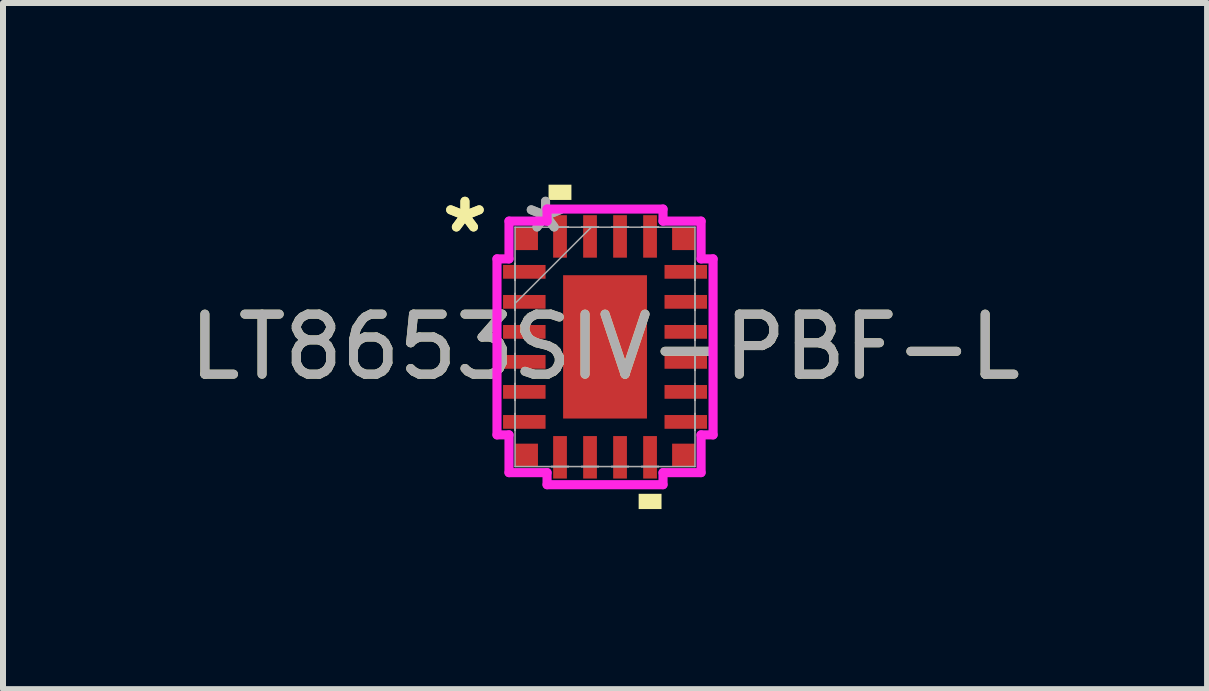
<source format=kicad_pcb>
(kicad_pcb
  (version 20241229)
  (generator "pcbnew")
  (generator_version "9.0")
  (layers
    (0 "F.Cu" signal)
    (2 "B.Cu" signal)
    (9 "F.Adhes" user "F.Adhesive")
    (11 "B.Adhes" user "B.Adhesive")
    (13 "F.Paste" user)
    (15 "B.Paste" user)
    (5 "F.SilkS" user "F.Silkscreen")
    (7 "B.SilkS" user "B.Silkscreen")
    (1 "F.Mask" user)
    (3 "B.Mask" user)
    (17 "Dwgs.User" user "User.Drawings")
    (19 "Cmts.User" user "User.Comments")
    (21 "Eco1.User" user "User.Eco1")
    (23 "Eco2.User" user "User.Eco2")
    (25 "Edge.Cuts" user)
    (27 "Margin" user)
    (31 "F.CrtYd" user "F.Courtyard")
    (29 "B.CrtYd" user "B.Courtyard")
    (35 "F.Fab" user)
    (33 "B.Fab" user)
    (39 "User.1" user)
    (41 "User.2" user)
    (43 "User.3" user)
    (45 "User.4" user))
  (footprint "LT8653SIV-PBF-L"
    (layer "F.Cu")
    (at 7.03 2.729)
    (property "Reference" "LT8653SIV-PBF-L" (at 0 0 0) (unlocked yes) (layer "F.SilkS") (effects (font (size 1 1) (thickness 0.15))))
    (attr smd)
    (fp_poly (pts (xy -0.941 -2.448) (xy -0.941 -2.702) (xy -0.56 -2.702) (xy -0.56 -2.448)) (stroke (width 0) (type solid)) (fill yes) (layer "F.SilkS"))
    (fp_poly (pts (xy 0.56 2.448) (xy 0.56 2.702) (xy 0.941 2.702) (xy 0.941 2.448)) (stroke (width 0) (type solid)) (fill yes) (layer "F.SilkS"))
    (fp_line (start -1.8 -1.466) (end -1.6 -1.466) (stroke (width 0.152) (type solid)) (layer "F.CrtYd"))
    (fp_line (start -1.8 1.466) (end -1.8 -1.466) (stroke (width 0.152) (type solid)) (layer "F.CrtYd"))
    (fp_line (start -1.8 1.466) (end -1.6 1.466) (stroke (width 0.152) (type solid)) (layer "F.CrtYd"))
    (fp_line (start -1.6 -2.095) (end -0.966 -2.095) (stroke (width 0.152) (type solid)) (layer "F.CrtYd"))
    (fp_line (start -1.6 -1.466) (end -1.6 -2.095) (stroke (width 0.152) (type solid)) (layer "F.CrtYd"))
    (fp_line (start -1.6 2.095) (end -1.6 1.466) (stroke (width 0.152) (type solid)) (layer "F.CrtYd"))
    (fp_line (start -0.966 -2.296) (end 0.966 -2.296) (stroke (width 0.152) (type solid)) (layer "F.CrtYd"))
    (fp_line (start -0.966 -2.095) (end -0.966 -2.296) (stroke (width 0.152) (type solid)) (layer "F.CrtYd"))
    (fp_line (start -0.966 2.095) (end -1.6 2.095) (stroke (width 0.152) (type solid)) (layer "F.CrtYd"))
    (fp_line (start -0.966 2.296) (end -0.966 2.095) (stroke (width 0.152) (type solid)) (layer "F.CrtYd"))
    (fp_line (start 0.966 -2.296) (end 0.966 -2.095) (stroke (width 0.152) (type solid)) (layer "F.CrtYd"))
    (fp_line (start 0.966 -2.095) (end 1.6 -2.095) (stroke (width 0.152) (type solid)) (layer "F.CrtYd"))
    (fp_line (start 0.966 2.095) (end 0.966 2.296) (stroke (width 0.152) (type solid)) (layer "F.CrtYd"))
    (fp_line (start 0.966 2.296) (end -0.966 2.296) (stroke (width 0.152) (type solid)) (layer "F.CrtYd"))
    (fp_line (start 1.6 -2.095) (end 1.6 -1.466) (stroke (width 0.152) (type solid)) (layer "F.CrtYd"))
    (fp_line (start 1.6 -1.466) (end 1.8 -1.466) (stroke (width 0.152) (type solid)) (layer "F.CrtYd"))
    (fp_line (start 1.6 1.466) (end 1.6 2.095) (stroke (width 0.152) (type solid)) (layer "F.CrtYd"))
    (fp_line (start 1.6 2.095) (end 0.966 2.095) (stroke (width 0.152) (type solid)) (layer "F.CrtYd"))
    (fp_line (start 1.8 -1.466) (end 1.8 1.466) (stroke (width 0.152) (type solid)) (layer "F.CrtYd"))
    (fp_line (start 1.8 1.466) (end 1.6 1.466) (stroke (width 0.152) (type solid)) (layer "F.CrtYd"))
    (fp_line (start -1.499 -1.994) (end -1.499 1.994) (stroke (width 0.025) (type solid)) (layer "F.Fab"))
    (fp_line (start -1.499 -1.39) (end -1.499 -1.39) (stroke (width 0.025) (type solid)) (layer "F.Fab"))
    (fp_line (start -1.499 -1.39) (end -1.499 -1.11) (stroke (width 0.025) (type solid)) (layer "F.Fab"))
    (fp_line (start -1.499 -1.11) (end -1.499 -1.39) (stroke (width 0.025) (type solid)) (layer "F.Fab"))
    (fp_line (start -1.499 -1.11) (end -1.499 -1.11) (stroke (width 0.025) (type solid)) (layer "F.Fab"))
    (fp_line (start -1.499 -0.89) (end -1.499 -0.89) (stroke (width 0.025) (type solid)) (layer "F.Fab"))
    (fp_line (start -1.499 -0.89) (end -1.499 -0.61) (stroke (width 0.025) (type solid)) (layer "F.Fab"))
    (fp_line (start -1.499 -0.724) (end -0.229 -1.994) (stroke (width 0.025) (type solid)) (layer "F.Fab"))
    (fp_line (start -1.499 -0.61) (end -1.499 -0.89) (stroke (width 0.025) (type solid)) (layer "F.Fab"))
    (fp_line (start -1.499 -0.61) (end -1.499 -0.61) (stroke (width 0.025) (type solid)) (layer "F.Fab"))
    (fp_line (start -1.499 -0.39) (end -1.499 -0.39) (stroke (width 0.025) (type solid)) (layer "F.Fab"))
    (fp_line (start -1.499 -0.39) (end -1.499 -0.11) (stroke (width 0.025) (type solid)) (layer "F.Fab"))
    (fp_line (start -1.499 -0.11) (end -1.499 -0.39) (stroke (width 0.025) (type solid)) (layer "F.Fab"))
    (fp_line (start -1.499 -0.11) (end -1.499 -0.11) (stroke (width 0.025) (type solid)) (layer "F.Fab"))
    (fp_line (start -1.499 0.11) (end -1.499 0.11) (stroke (width 0.025) (type solid)) (layer "F.Fab"))
    (fp_line (start -1.499 0.11) (end -1.499 0.39) (stroke (width 0.025) (type solid)) (layer "F.Fab"))
    (fp_line (start -1.499 0.39) (end -1.499 0.11) (stroke (width 0.025) (type solid)) (layer "F.Fab"))
    (fp_line (start -1.499 0.39) (end -1.499 0.39) (stroke (width 0.025) (type solid)) (layer "F.Fab"))
    (fp_line (start -1.499 0.61) (end -1.499 0.61) (stroke (width 0.025) (type solid)) (layer "F.Fab"))
    (fp_line (start -1.499 0.61) (end -1.499 0.89) (stroke (width 0.025) (type solid)) (layer "F.Fab"))
    (fp_line (start -1.499 0.89) (end -1.499 0.61) (stroke (width 0.025) (type solid)) (layer "F.Fab"))
    (fp_line (start -1.499 0.89) (end -1.499 0.89) (stroke (width 0.025) (type solid)) (layer "F.Fab"))
    (fp_line (start -1.499 1.11) (end -1.499 1.11) (stroke (width 0.025) (type solid)) (layer "F.Fab"))
    (fp_line (start -1.499 1.11) (end -1.499 1.39) (stroke (width 0.025) (type solid)) (layer "F.Fab"))
    (fp_line (start -1.499 1.39) (end -1.499 1.11) (stroke (width 0.025) (type solid)) (layer "F.Fab"))
    (fp_line (start -1.499 1.39) (end -1.499 1.39) (stroke (width 0.025) (type solid)) (layer "F.Fab"))
    (fp_line (start -1.499 1.994) (end 1.499 1.994) (stroke (width 0.025) (type solid)) (layer "F.Fab"))
    (fp_line (start -0.89 -1.994) (end -0.89 -1.994) (stroke (width 0.025) (type solid)) (layer "F.Fab"))
    (fp_line (start -0.89 -1.994) (end -0.61 -1.994) (stroke (width 0.025) (type solid)) (layer "F.Fab"))
    (fp_line (start -0.89 1.994) (end -0.89 1.994) (stroke (width 0.025) (type solid)) (layer "F.Fab"))
    (fp_line (start -0.89 1.994) (end -0.61 1.994) (stroke (width 0.025) (type solid)) (layer "F.Fab"))
    (fp_line (start -0.61 -1.994) (end -0.89 -1.994) (stroke (width 0.025) (type solid)) (layer "F.Fab"))
    (fp_line (start -0.61 -1.994) (end -0.61 -1.994) (stroke (width 0.025) (type solid)) (layer "F.Fab"))
    (fp_line (start -0.61 1.994) (end -0.89 1.994) (stroke (width 0.025) (type solid)) (layer "F.Fab"))
    (fp_line (start -0.61 1.994) (end -0.61 1.994) (stroke (width 0.025) (type solid)) (layer "F.Fab"))
    (fp_line (start -0.39 -1.994) (end -0.39 -1.994) (stroke (width 0.025) (type solid)) (layer "F.Fab"))
    (fp_line (start -0.39 -1.994) (end -0.11 -1.994) (stroke (width 0.025) (type solid)) (layer "F.Fab"))
    (fp_line (start -0.39 1.994) (end -0.39 1.994) (stroke (width 0.025) (type solid)) (layer "F.Fab"))
    (fp_line (start -0.39 1.994) (end -0.11 1.994) (stroke (width 0.025) (type solid)) (layer "F.Fab"))
    (fp_line (start -0.11 -1.994) (end -0.39 -1.994) (stroke (width 0.025) (type solid)) (layer "F.Fab"))
    (fp_line (start -0.11 -1.994) (end -0.11 -1.994) (stroke (width 0.025) (type solid)) (layer "F.Fab"))
    (fp_line (start -0.11 1.994) (end -0.39 1.994) (stroke (width 0.025) (type solid)) (layer "F.Fab"))
    (fp_line (start -0.11 1.994) (end -0.11 1.994) (stroke (width 0.025) (type solid)) (layer "F.Fab"))
    (fp_line (start 0.11 -1.994) (end 0.11 -1.994) (stroke (width 0.025) (type solid)) (layer "F.Fab"))
    (fp_line (start 0.11 -1.994) (end 0.39 -1.994) (stroke (width 0.025) (type solid)) (layer "F.Fab"))
    (fp_line (start 0.11 1.994) (end 0.11 1.994) (stroke (width 0.025) (type solid)) (layer "F.Fab"))
    (fp_line (start 0.11 1.994) (end 0.39 1.994) (stroke (width 0.025) (type solid)) (layer "F.Fab"))
    (fp_line (start 0.39 -1.994) (end 0.11 -1.994) (stroke (width 0.025) (type solid)) (layer "F.Fab"))
    (fp_line (start 0.39 -1.994) (end 0.39 -1.994) (stroke (width 0.025) (type solid)) (layer "F.Fab"))
    (fp_line (start 0.39 1.994) (end 0.11 1.994) (stroke (width 0.025) (type solid)) (layer "F.Fab"))
    (fp_line (start 0.39 1.994) (end 0.39 1.994) (stroke (width 0.025) (type solid)) (layer "F.Fab"))
    (fp_line (start 0.61 -1.994) (end 0.61 -1.994) (stroke (width 0.025) (type solid)) (layer "F.Fab"))
    (fp_line (start 0.61 -1.994) (end 0.89 -1.994) (stroke (width 0.025) (type solid)) (layer "F.Fab"))
    (fp_line (start 0.61 1.994) (end 0.61 1.994) (stroke (width 0.025) (type solid)) (layer "F.Fab"))
    (fp_line (start 0.61 1.994) (end 0.89 1.994) (stroke (width 0.025) (type solid)) (layer "F.Fab"))
    (fp_line (start 0.89 -1.994) (end 0.61 -1.994) (stroke (width 0.025) (type solid)) (layer "F.Fab"))
    (fp_line (start 0.89 -1.994) (end 0.89 -1.994) (stroke (width 0.025) (type solid)) (layer "F.Fab"))
    (fp_line (start 0.89 1.994) (end 0.61 1.994) (stroke (width 0.025) (type solid)) (layer "F.Fab"))
    (fp_line (start 0.89 1.994) (end 0.89 1.994) (stroke (width 0.025) (type solid)) (layer "F.Fab"))
    (fp_line (start 1.499 -1.994) (end -1.499 -1.994) (stroke (width 0.025) (type solid)) (layer "F.Fab"))
    (fp_line (start 1.499 -1.39) (end 1.499 -1.39) (stroke (width 0.025) (type solid)) (layer "F.Fab"))
    (fp_line (start 1.499 -1.39) (end 1.499 -1.11) (stroke (width 0.025) (type solid)) (layer "F.Fab"))
    (fp_line (start 1.499 -1.11) (end 1.499 -1.39) (stroke (width 0.025) (type solid)) (layer "F.Fab"))
    (fp_line (start 1.499 -1.11) (end 1.499 -1.11) (stroke (width 0.025) (type solid)) (layer "F.Fab"))
    (fp_line (start 1.499 -0.89) (end 1.499 -0.89) (stroke (width 0.025) (type solid)) (layer "F.Fab"))
    (fp_line (start 1.499 -0.89) (end 1.499 -0.61) (stroke (width 0.025) (type solid)) (layer "F.Fab"))
    (fp_line (start 1.499 -0.61) (end 1.499 -0.89) (stroke (width 0.025) (type solid)) (layer "F.Fab"))
    (fp_line (start 1.499 -0.61) (end 1.499 -0.61) (stroke (width 0.025) (type solid)) (layer "F.Fab"))
    (fp_line (start 1.499 -0.39) (end 1.499 -0.39) (stroke (width 0.025) (type solid)) (layer "F.Fab"))
    (fp_line (start 1.499 -0.39) (end 1.499 -0.11) (stroke (width 0.025) (type solid)) (layer "F.Fab"))
    (fp_line (start 1.499 -0.11) (end 1.499 -0.39) (stroke (width 0.025) (type solid)) (layer "F.Fab"))
    (fp_line (start 1.499 -0.11) (end 1.499 -0.11) (stroke (width 0.025) (type solid)) (layer "F.Fab"))
    (fp_line (start 1.499 0.11) (end 1.499 0.11) (stroke (width 0.025) (type solid)) (layer "F.Fab"))
    (fp_line (start 1.499 0.11) (end 1.499 0.39) (stroke (width 0.025) (type solid)) (layer "F.Fab"))
    (fp_line (start 1.499 0.39) (end 1.499 0.11) (stroke (width 0.025) (type solid)) (layer "F.Fab"))
    (fp_line (start 1.499 0.39) (end 1.499 0.39) (stroke (width 0.025) (type solid)) (layer "F.Fab"))
    (fp_line (start 1.499 0.61) (end 1.499 0.61) (stroke (width 0.025) (type solid)) (layer "F.Fab"))
    (fp_line (start 1.499 0.61) (end 1.499 0.89) (stroke (width 0.025) (type solid)) (layer "F.Fab"))
    (fp_line (start 1.499 0.89) (end 1.499 0.61) (stroke (width 0.025) (type solid)) (layer "F.Fab"))
    (fp_line (start 1.499 0.89) (end 1.499 0.89) (stroke (width 0.025) (type solid)) (layer "F.Fab"))
    (fp_line (start 1.499 1.11) (end 1.499 1.11) (stroke (width 0.025) (type solid)) (layer "F.Fab"))
    (fp_line (start 1.499 1.11) (end 1.499 1.39) (stroke (width 0.025) (type solid)) (layer "F.Fab"))
    (fp_line (start 1.499 1.39) (end 1.499 1.11) (stroke (width 0.025) (type solid)) (layer "F.Fab"))
    (fp_line (start 1.499 1.39) (end 1.499 1.39) (stroke (width 0.025) (type solid)) (layer "F.Fab"))
    (fp_line (start 1.499 1.994) (end 1.499 -1.994) (stroke (width 0.025) (type solid)) (layer "F.Fab"))
    (fp_text user "*" (at -2.334 -1.881 0) (unlocked yes) (layer "F.SilkS") (effects (font (size 1 1) (thickness 0.15))))
    (fp_text user "*" (at -2.334 -1.881 0) (layer "F.SilkS") (effects (font (size 1 1) (thickness 0.15))))
    (fp_text user "*" (at -0.991 -1.881 0) (layer "F.Fab") (effects (font (size 1 1) (thickness 0.15))))
    (fp_text user "${REFERENCE}" (at 0 0 0) (unlocked yes) (layer "F.Fab") (effects (font (size 1 1) (thickness 0.15))))
    (fp_text user "*" (at -0.991 -1.881 0) (unlocked yes) (layer "F.Fab") (effects (font (size 1 1) (thickness 0.15))))
    (pad "1" smd rect (at -1.345 -1.25 90) (size 0.229 0.708) (layers "F.Cu" "F.Mask" "F.Paste"))
    (pad "2" smd rect (at -1.345 -0.75 90) (size 0.229 0.708) (layers "F.Cu" "F.Mask" "F.Paste"))
    (pad "3" smd rect (at -1.345 -0.25 90) (size 0.229 0.708) (layers "F.Cu" "F.Mask" "F.Paste"))
    (pad "4" smd rect (at -1.345 0.25 90) (size 0.229 0.708) (layers "F.Cu" "F.Mask" "F.Paste"))
    (pad "5" smd rect (at -1.345 0.75 90) (size 0.229 0.708) (layers "F.Cu" "F.Mask" "F.Paste"))
    (pad "6" smd rect (at -1.345 1.25 90) (size 0.229 0.708) (layers "F.Cu" "F.Mask" "F.Paste"))
    (pad "7" smd rect (at -0.75 1.84) (size 0.229 0.708) (layers "F.Cu" "F.Mask" "F.Paste"))
    (pad "8" smd rect (at -0.25 1.84) (size 0.229 0.708) (layers "F.Cu" "F.Mask" "F.Paste"))
    (pad "9" smd rect (at 0.25 1.84) (size 0.229 0.708) (layers "F.Cu" "F.Mask" "F.Paste"))
    (pad "10" smd rect (at 0.75 1.84) (size 0.229 0.708) (layers "F.Cu" "F.Mask" "F.Paste"))
    (pad "11" smd rect (at 1.345 1.25 90) (size 0.229 0.708) (layers "F.Cu" "F.Mask" "F.Paste"))
    (pad "12" smd rect (at 1.345 0.75 90) (size 0.229 0.708) (layers "F.Cu" "F.Mask" "F.Paste"))
    (pad "13" smd rect (at 1.345 0.25 90) (size 0.229 0.708) (layers "F.Cu" "F.Mask" "F.Paste"))
    (pad "14" smd rect (at 1.345 -0.25 90) (size 0.229 0.708) (layers "F.Cu" "F.Mask" "F.Paste"))
    (pad "15" smd rect (at 1.345 -0.75 90) (size 0.229 0.708) (layers "F.Cu" "F.Mask" "F.Paste"))
    (pad "16" smd rect (at 1.345 -1.25 90) (size 0.229 0.708) (layers "F.Cu" "F.Mask" "F.Paste"))
    (pad "17" smd rect (at 0.75 -1.84) (size 0.229 0.708) (layers "F.Cu" "F.Mask" "F.Paste"))
    (pad "18" smd rect (at 0.25 -1.84) (size 0.229 0.708) (layers "F.Cu" "F.Mask" "F.Paste"))
    (pad "19" smd rect (at -0.25 -1.84) (size 0.229 0.708) (layers "F.Cu" "F.Mask" "F.Paste"))
    (pad "20" smd rect (at -0.75 -1.84) (size 0.229 0.708) (layers "F.Cu" "F.Mask" "F.Paste"))
    (pad "21" smd rect (at 0 0) (size 1.397 2.388) (layers "F.Cu" "F.Mask" "F.Paste"))
    (pad "22" smd rect (at -1.308 -1.803) (size 0.381 0.381) (layers "F.Cu" "F.Mask" "F.Paste"))
    (pad "23" smd rect (at -1.308 1.803) (size 0.381 0.381) (layers "F.Cu" "F.Mask" "F.Paste"))
    (pad "24" smd rect (at 1.308 1.803) (size 0.381 0.381) (layers "F.Cu" "F.Mask" "F.Paste"))
    (pad "25" smd rect (at 1.308 -1.803) (size 0.381 0.381) (layers "F.Cu" "F.Mask" "F.Paste")))
  (gr_rect
    (start -3 -3)
    (end 17.06 8.431)
    (stroke (width 0.1) (type default))
    (fill no)
    (layer "Edge.Cuts")))
</source>
